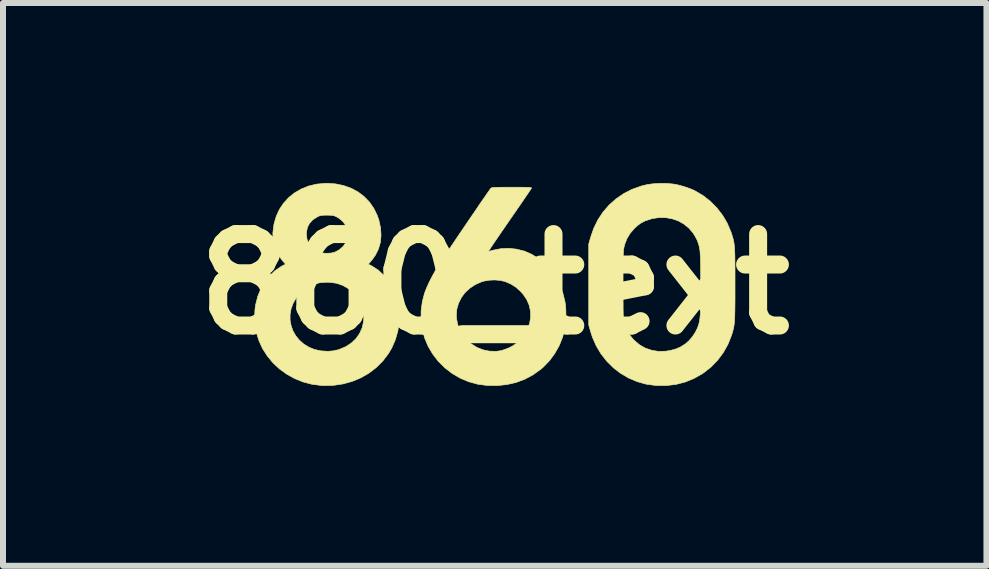
<source format=kicad_pcb>
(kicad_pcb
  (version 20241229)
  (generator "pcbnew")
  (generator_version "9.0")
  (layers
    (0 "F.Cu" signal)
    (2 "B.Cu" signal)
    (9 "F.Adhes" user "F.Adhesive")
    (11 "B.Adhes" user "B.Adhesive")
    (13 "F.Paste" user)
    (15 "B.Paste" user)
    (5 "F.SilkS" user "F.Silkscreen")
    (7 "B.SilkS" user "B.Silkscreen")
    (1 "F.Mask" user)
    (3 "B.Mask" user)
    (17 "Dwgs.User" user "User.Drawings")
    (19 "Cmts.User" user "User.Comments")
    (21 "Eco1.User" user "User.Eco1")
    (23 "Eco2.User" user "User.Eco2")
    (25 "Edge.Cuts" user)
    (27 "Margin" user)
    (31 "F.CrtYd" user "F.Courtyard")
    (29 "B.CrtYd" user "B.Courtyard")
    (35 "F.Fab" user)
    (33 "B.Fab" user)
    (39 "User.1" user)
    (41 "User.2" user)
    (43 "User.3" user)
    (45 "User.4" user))
  (footprint "860_text"
    (layer "F.Cu")
    (at 5.196 1.686)
    (property "Reference" "860_text" (at 0 0 0) (layer "F.SilkS") (effects (font (size 1.524 1.524) (thickness 0.3))))
    (attr through_hole)
    (fp_poly (pts (xy 0.379 -1.615) (xy 0.453 -1.615) (xy 0.51 -1.614) (xy 0.552 -1.613) (xy 0.582 -1.611) (xy 0.6 -1.609) (xy 0.61 -1.606) (xy 0.613 -1.602) (xy 0.611 -1.597) (xy 0.611 -1.596) (xy 0.603 -1.584) (xy 0.584 -1.556) (xy 0.556 -1.514) (xy 0.518 -1.459) (xy 0.473 -1.393) (xy 0.421 -1.317) (xy 0.363 -1.233) (xy 0.301 -1.143) (xy 0.247 -1.065) (xy 0.183 -0.972) (xy 0.122 -0.884) (xy 0.067 -0.803) (xy 0.017 -0.73) (xy -0.025 -0.668) (xy -0.059 -0.617) (xy -0.084 -0.579) (xy -0.099 -0.556) (xy -0.103 -0.549) (xy -0.092 -0.549) (xy -0.065 -0.555) (xy -0.028 -0.565) (xy -0.02 -0.567) (xy 0.102 -0.591) (xy 0.23 -0.597) (xy 0.359 -0.584) (xy 0.484 -0.553) (xy 0.493 -0.551) (xy 0.617 -0.497) (xy 0.733 -0.425) (xy 0.839 -0.336) (xy 0.934 -0.232) (xy 1.016 -0.115) (xy 1.084 0.015) (xy 1.137 0.155) (xy 1.171 0.293) (xy 1.181 0.36) (xy 1.186 0.441) (xy 1.187 0.527) (xy 1.185 0.611) (xy 1.179 0.687) (xy 1.172 0.728) (xy 1.133 0.879) (xy 1.076 1.023) (xy 1.001 1.156) (xy 0.911 1.278) (xy 0.807 1.385) (xy 0.771 1.416) (xy 0.64 1.51) (xy 0.502 1.584) (xy 0.356 1.639) (xy 0.202 1.674) (xy 0.038 1.691) (xy -0.134 1.688) (xy -0.287 1.667) (xy -0.436 1.626) (xy -0.577 1.566) (xy -0.709 1.489) (xy -0.831 1.395) (xy -0.94 1.287) (xy -1.034 1.165) (xy -1.109 1.037) (xy -1.169 0.896) (xy -1.208 0.748) (xy -1.228 0.597) (xy -1.227 0.522) (xy -0.64 0.522) (xy -0.638 0.559) (xy -0.62 0.666) (xy -0.584 0.764) (xy -0.528 0.856) (xy -0.477 0.917) (xy -0.393 0.994) (xy -0.298 1.054) (xy -0.195 1.095) (xy -0.087 1.117) (xy 0.025 1.12) (xy 0.092 1.111) (xy 0.132 1.101) (xy 0.181 1.084) (xy 0.232 1.064) (xy 0.244 1.058) (xy 0.294 1.033) (xy 0.336 1.005) (xy 0.378 0.971) (xy 0.417 0.933) (xy 0.491 0.845) (xy 0.547 0.751) (xy 0.582 0.652) (xy 0.599 0.551) (xy 0.596 0.45) (xy 0.574 0.35) (xy 0.532 0.254) (xy 0.47 0.164) (xy 0.428 0.117) (xy 0.35 0.049) (xy 0.267 -0.003) (xy 0.171 -0.044) (xy 0.092 -0.062) (xy 0.003 -0.07) (xy -0.09 -0.066) (xy -0.178 -0.051) (xy -0.219 -0.039) (xy -0.324 0.007) (xy -0.416 0.068) (xy -0.495 0.141) (xy -0.557 0.225) (xy -0.603 0.318) (xy -0.632 0.417) (xy -0.64 0.522) (xy -1.227 0.522) (xy -1.227 0.443) (xy -1.206 0.289) (xy -1.17 0.152) (xy -1.138 0.069) (xy -1.095 -0.027) (xy -1.042 -0.131) (xy -0.981 -0.24) (xy -0.914 -0.35) (xy -0.888 -0.389) (xy -0.861 -0.431) (xy -0.825 -0.485) (xy -0.781 -0.55) (xy -0.731 -0.624) (xy -0.676 -0.705) (xy -0.618 -0.792) (xy -0.557 -0.882) (xy -0.494 -0.974) (xy -0.432 -1.066) (xy -0.37 -1.156) (xy -0.311 -1.242) (xy -0.256 -1.324) (xy -0.205 -1.398) (xy -0.16 -1.463) (xy -0.123 -1.517) (xy -0.094 -1.558) (xy -0.074 -1.586) (xy -0.066 -1.596) (xy -0.06 -1.601) (xy -0.051 -1.606) (xy -0.035 -1.609) (xy -0.012 -1.611) (xy 0.022 -1.613) (xy 0.069 -1.614) (xy 0.13 -1.615) (xy 0.209 -1.615) (xy 0.285 -1.615) (xy 0.379 -1.615)) (stroke (width 0.01) (type solid)) (fill yes) (layer "F.SilkS"))
    (fp_poly (pts (xy -2.653 -1.671) (xy -2.518 -1.643) (xy -2.393 -1.598) (xy -2.279 -1.537) (xy -2.177 -1.46) (xy -2.088 -1.368) (xy -2.015 -1.262) (xy -1.957 -1.143) (xy -1.93 -1.064) (xy -1.903 -0.936) (xy -1.895 -0.812) (xy -1.906 -0.695) (xy -1.938 -0.585) (xy -1.989 -0.483) (xy -2.046 -0.403) (xy -2.107 -0.333) (xy -2.044 -0.3) (xy -1.94 -0.232) (xy -1.847 -0.146) (xy -1.766 -0.044) (xy -1.701 0.07) (xy -1.645 0.206) (xy -1.608 0.349) (xy -1.592 0.495) (xy -1.594 0.642) (xy -1.616 0.787) (xy -1.657 0.928) (xy -1.716 1.064) (xy -1.772 1.158) (xy -1.867 1.283) (xy -1.977 1.392) (xy -2.099 1.485) (xy -2.233 1.562) (xy -2.376 1.621) (xy -2.528 1.663) (xy -2.687 1.687) (xy -2.852 1.691) (xy -2.898 1.688) (xy -3.051 1.668) (xy -3.198 1.629) (xy -3.338 1.572) (xy -3.469 1.499) (xy -3.589 1.412) (xy -3.697 1.311) (xy -3.791 1.197) (xy -3.87 1.074) (xy -3.931 0.94) (xy -3.975 0.799) (xy -3.98 0.777) (xy -3.992 0.697) (xy -3.999 0.606) (xy -4 0.512) (xy -4 0.507) (xy -3.411 0.507) (xy -3.411 0.601) (xy -3.394 0.692) (xy -3.363 0.779) (xy -3.317 0.86) (xy -3.257 0.933) (xy -3.185 0.997) (xy -3.101 1.049) (xy -3.007 1.088) (xy -2.902 1.112) (xy -2.788 1.119) (xy -2.77 1.119) (xy -2.689 1.112) (xy -2.617 1.096) (xy -2.585 1.086) (xy -2.48 1.041) (xy -2.389 0.981) (xy -2.313 0.909) (xy -2.253 0.824) (xy -2.21 0.73) (xy -2.187 0.628) (xy -2.182 0.553) (xy -2.192 0.443) (xy -2.222 0.341) (xy -2.272 0.246) (xy -2.343 0.159) (xy -2.357 0.144) (xy -2.443 0.072) (xy -2.534 0.02) (xy -2.634 -0.014) (xy -2.743 -0.03) (xy -2.797 -0.032) (xy -2.912 -0.024) (xy -3.016 0.002) (xy -3.11 0.046) (xy -3.197 0.108) (xy -3.235 0.144) (xy -3.308 0.229) (xy -3.361 0.32) (xy -3.395 0.413) (xy -3.411 0.507) (xy -4 0.507) (xy -3.996 0.422) (xy -3.986 0.344) (xy -3.985 0.342) (xy -3.95 0.205) (xy -3.899 0.079) (xy -3.833 -0.036) (xy -3.754 -0.138) (xy -3.663 -0.224) (xy -3.561 -0.293) (xy -3.549 -0.3) (xy -3.487 -0.333) (xy -3.547 -0.403) (xy -3.614 -0.498) (xy -3.662 -0.599) (xy -3.689 -0.707) (xy -3.698 -0.825) (xy -3.698 -0.834) (xy -3.139 -0.834) (xy -3.129 -0.751) (xy -3.102 -0.677) (xy -3.059 -0.616) (xy -3 -0.568) (xy -2.928 -0.534) (xy -2.844 -0.516) (xy -2.799 -0.514) (xy -2.727 -0.518) (xy -2.668 -0.532) (xy -2.663 -0.534) (xy -2.59 -0.573) (xy -2.528 -0.627) (xy -2.487 -0.686) (xy -2.47 -0.719) (xy -2.46 -0.749) (xy -2.456 -0.784) (xy -2.455 -0.829) (xy -2.463 -0.912) (xy -2.488 -0.984) (xy -2.531 -1.044) (xy -2.592 -1.096) (xy -2.634 -1.12) (xy -2.662 -1.134) (xy -2.688 -1.143) (xy -2.718 -1.147) (xy -2.758 -1.149) (xy -2.797 -1.15) (xy -2.848 -1.149) (xy -2.885 -1.146) (xy -2.913 -1.141) (xy -2.938 -1.131) (xy -2.959 -1.12) (xy -3.032 -1.073) (xy -3.085 -1.016) (xy -3.12 -0.95) (xy -3.137 -0.873) (xy -3.139 -0.834) (xy -3.698 -0.834) (xy -3.697 -0.866) (xy -3.679 -1.002) (xy -3.642 -1.129) (xy -3.589 -1.245) (xy -3.519 -1.35) (xy -3.434 -1.443) (xy -3.335 -1.522) (xy -3.224 -1.586) (xy -3.102 -1.635) (xy -2.97 -1.667) (xy -2.828 -1.68) (xy -2.797 -1.681) (xy -2.653 -1.671)) (stroke (width 0.01) (type solid)) (fill yes) (layer "F.SilkS"))
    (fp_poly (pts (xy 2.855 -1.679) (xy 2.96 -1.67) (xy 3.007 -1.664) (xy 3.083 -1.647) (xy 3.168 -1.622) (xy 3.252 -1.593) (xy 3.325 -1.562) (xy 3.342 -1.553) (xy 3.474 -1.475) (xy 3.596 -1.379) (xy 3.705 -1.268) (xy 3.8 -1.145) (xy 3.878 -1.011) (xy 3.938 -0.869) (xy 3.945 -0.849) (xy 3.957 -0.81) (xy 3.968 -0.775) (xy 3.977 -0.741) (xy 3.984 -0.707) (xy 3.99 -0.669) (xy 3.995 -0.627) (xy 3.998 -0.578) (xy 4.001 -0.52) (xy 4.003 -0.451) (xy 4.004 -0.37) (xy 4.005 -0.273) (xy 4.005 -0.16) (xy 4.005 -0.028) (xy 4.005 0.005) (xy 4.005 0.142) (xy 4.005 0.26) (xy 4.004 0.36) (xy 4.003 0.445) (xy 4.001 0.516) (xy 3.999 0.576) (xy 3.996 0.627) (xy 3.991 0.671) (xy 3.985 0.709) (xy 3.978 0.744) (xy 3.97 0.778) (xy 3.96 0.813) (xy 3.948 0.85) (xy 3.945 0.859) (xy 3.887 1.004) (xy 3.81 1.141) (xy 3.716 1.267) (xy 3.607 1.379) (xy 3.484 1.477) (xy 3.458 1.494) (xy 3.319 1.573) (xy 3.174 1.632) (xy 3.022 1.671) (xy 2.864 1.69) (xy 2.698 1.689) (xy 2.674 1.688) (xy 2.519 1.666) (xy 2.371 1.624) (xy 2.23 1.564) (xy 2.099 1.487) (xy 1.978 1.394) (xy 1.869 1.286) (xy 1.773 1.164) (xy 1.693 1.031) (xy 1.629 0.886) (xy 1.596 0.784) (xy 1.567 0.679) (xy 1.567 0.005) (xy 2.139 0.005) (xy 2.139 0.13) (xy 2.139 0.235) (xy 2.14 0.323) (xy 2.14 0.395) (xy 2.141 0.454) (xy 2.142 0.501) (xy 2.144 0.539) (xy 2.147 0.569) (xy 2.149 0.594) (xy 2.153 0.615) (xy 2.157 0.635) (xy 2.16 0.646) (xy 2.192 0.744) (xy 2.238 0.83) (xy 2.3 0.91) (xy 2.327 0.938) (xy 2.414 1.012) (xy 2.511 1.067) (xy 2.617 1.103) (xy 2.73 1.121) (xy 2.848 1.118) (xy 2.927 1.106) (xy 3.019 1.081) (xy 3.099 1.046) (xy 3.179 0.995) (xy 3.184 0.991) (xy 3.241 0.94) (xy 3.296 0.875) (xy 3.343 0.804) (xy 3.378 0.734) (xy 3.38 0.729) (xy 3.392 0.696) (xy 3.402 0.665) (xy 3.41 0.633) (xy 3.416 0.598) (xy 3.422 0.557) (xy 3.426 0.509) (xy 3.429 0.452) (xy 3.431 0.382) (xy 3.432 0.299) (xy 3.433 0.201) (xy 3.433 0.084) (xy 3.433 0.005) (xy 3.433 -0.123) (xy 3.432 -0.232) (xy 3.431 -0.324) (xy 3.43 -0.402) (xy 3.427 -0.466) (xy 3.424 -0.519) (xy 3.42 -0.564) (xy 3.414 -0.602) (xy 3.407 -0.636) (xy 3.398 -0.667) (xy 3.387 -0.699) (xy 3.38 -0.718) (xy 3.363 -0.756) (xy 3.337 -0.802) (xy 3.309 -0.848) (xy 3.304 -0.855) (xy 3.233 -0.937) (xy 3.15 -1.004) (xy 3.056 -1.056) (xy 2.953 -1.091) (xy 2.845 -1.109) (xy 2.734 -1.109) (xy 2.622 -1.092) (xy 2.512 -1.056) (xy 2.483 -1.043) (xy 2.429 -1.013) (xy 2.379 -0.976) (xy 2.327 -0.928) (xy 2.258 -0.848) (xy 2.207 -0.765) (xy 2.17 -0.672) (xy 2.16 -0.635) (xy 2.155 -0.616) (xy 2.151 -0.596) (xy 2.148 -0.573) (xy 2.145 -0.547) (xy 2.143 -0.513) (xy 2.142 -0.472) (xy 2.141 -0.42) (xy 2.14 -0.356) (xy 2.139 -0.277) (xy 2.139 -0.182) (xy 2.139 -0.069) (xy 2.139 0.005) (xy 1.567 0.005) (xy 1.567 -0.668) (xy 1.596 -0.773) (xy 1.649 -0.927) (xy 1.719 -1.071) (xy 1.806 -1.202) (xy 1.908 -1.32) (xy 2.024 -1.423) (xy 2.153 -1.511) (xy 2.293 -1.582) (xy 2.443 -1.635) (xy 2.535 -1.658) (xy 2.633 -1.672) (xy 2.743 -1.679) (xy 2.855 -1.679)) (stroke (width 0.01) (type solid)) (fill yes) (layer "F.SilkS")))
  (gr_rect
    (start -3 -3)
    (end 13.392 6.381)
    (stroke (width 0.1) (type default))
    (fill no)
    (layer "Edge.Cuts")))
</source>
